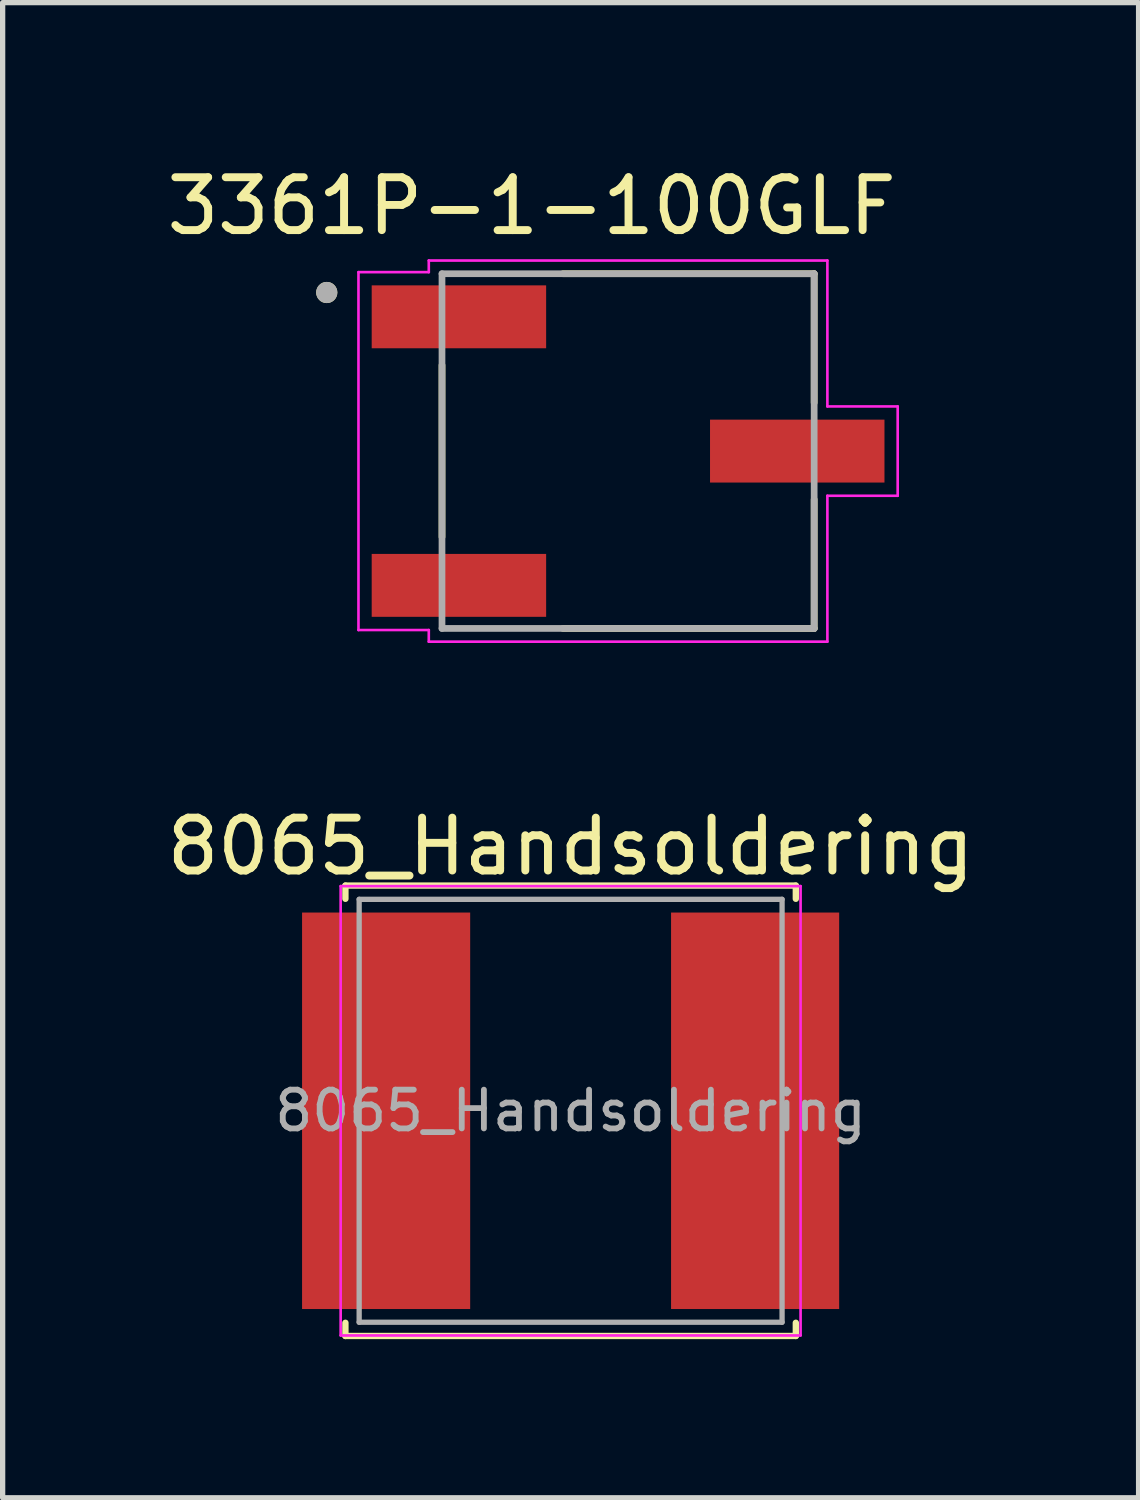
<source format=kicad_pcb>
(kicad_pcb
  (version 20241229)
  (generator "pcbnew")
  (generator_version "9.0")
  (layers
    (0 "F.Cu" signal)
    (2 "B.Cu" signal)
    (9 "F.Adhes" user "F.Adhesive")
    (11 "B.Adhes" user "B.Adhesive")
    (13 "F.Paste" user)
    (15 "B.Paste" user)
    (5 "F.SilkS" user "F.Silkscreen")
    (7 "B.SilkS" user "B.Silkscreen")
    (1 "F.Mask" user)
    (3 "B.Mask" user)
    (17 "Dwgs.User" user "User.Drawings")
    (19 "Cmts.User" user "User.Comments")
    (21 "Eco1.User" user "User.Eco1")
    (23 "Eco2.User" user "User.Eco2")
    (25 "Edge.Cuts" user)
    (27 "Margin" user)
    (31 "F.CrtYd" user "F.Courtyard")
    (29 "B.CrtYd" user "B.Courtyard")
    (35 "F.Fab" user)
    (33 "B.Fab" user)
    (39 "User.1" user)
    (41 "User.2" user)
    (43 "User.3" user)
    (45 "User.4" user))
  (footprint "3361P-1-100GLF"
    (layer "F.Cu")
    (at 8.831 5.483)
    (property "Reference" "3361P-1-100GLF" (at -1.825 -4.635 0) (layer "F.SilkS") (effects (font (size 1 1) (thickness 0.15))))
    (attr smd)
    (fp_line (start -3.52 -1.625) (end -3.52 1.625) (stroke (width 0.127) (type solid)) (layer "F.SilkS"))
    (fp_line (start 3.52 -3.355) (end -1.23 -3.355) (stroke (width 0.127) (type solid)) (layer "F.SilkS"))
    (fp_line (start 3.52 -0.915) (end 3.52 -3.355) (stroke (width 0.127) (type solid)) (layer "F.SilkS"))
    (fp_line (start 3.52 0.915) (end 3.52 3.355) (stroke (width 0.127) (type solid)) (layer "F.SilkS"))
    (fp_line (start 3.52 3.355) (end -1.23 3.355) (stroke (width 0.127) (type solid)) (layer "F.SilkS"))
    (fp_circle (center -5.7 -3) (end -5.6 -3) (stroke (width 0.2) (type solid)) (fill no) (layer "F.SilkS"))
    (fp_line (start -5.1 -3.385) (end -3.77 -3.385) (stroke (width 0.05) (type solid)) (layer "F.CrtYd"))
    (fp_line (start -5.1 3.385) (end -5.1 -3.385) (stroke (width 0.05) (type solid)) (layer "F.CrtYd"))
    (fp_line (start -3.77 -3.605) (end 3.77 -3.605) (stroke (width 0.05) (type solid)) (layer "F.CrtYd"))
    (fp_line (start -3.77 -3.385) (end -3.77 -3.605) (stroke (width 0.05) (type solid)) (layer "F.CrtYd"))
    (fp_line (start -3.77 3.385) (end -5.1 3.385) (stroke (width 0.05) (type solid)) (layer "F.CrtYd"))
    (fp_line (start -3.77 3.605) (end -3.77 3.385) (stroke (width 0.05) (type solid)) (layer "F.CrtYd"))
    (fp_line (start 3.77 -3.605) (end 3.77 -0.845) (stroke (width 0.05) (type solid)) (layer "F.CrtYd"))
    (fp_line (start 3.77 -0.845) (end 5.1 -0.845) (stroke (width 0.05) (type solid)) (layer "F.CrtYd"))
    (fp_line (start 3.77 0.845) (end 3.77 3.605) (stroke (width 0.05) (type solid)) (layer "F.CrtYd"))
    (fp_line (start 3.77 3.605) (end -3.77 3.605) (stroke (width 0.05) (type solid)) (layer "F.CrtYd"))
    (fp_line (start 5.1 -0.845) (end 5.1 0.845) (stroke (width 0.05) (type solid)) (layer "F.CrtYd"))
    (fp_line (start 5.1 0.845) (end 3.77 0.845) (stroke (width 0.05) (type solid)) (layer "F.CrtYd"))
    (fp_line (start -3.52 -3.355) (end -3.52 3.355) (stroke (width 0.127) (type solid)) (layer "F.Fab"))
    (fp_line (start -3.52 3.355) (end 3.52 3.355) (stroke (width 0.127) (type solid)) (layer "F.Fab"))
    (fp_line (start 3.52 -3.355) (end -3.52 -3.355) (stroke (width 0.127) (type solid)) (layer "F.Fab"))
    (fp_line (start 3.52 3.355) (end 3.52 -3.355) (stroke (width 0.127) (type solid)) (layer "F.Fab"))
    (fp_circle (center -5.7 -3) (end -5.6 -3) (stroke (width 0.2) (type solid)) (fill no) (layer "F.Fab"))
    (pad "1" smd rect (at -3.2 -2.54) (size 3.3 1.19) (layers "F.Cu" "F.Mask" "F.Paste"))
    (pad "2" smd rect (at 3.2 0) (size 3.3 1.19) (layers "F.Cu" "F.Mask" "F.Paste"))
    (pad "3" smd rect (at -3.2 2.54) (size 3.3 1.19) (layers "F.Cu" "F.Mask" "F.Paste")))
  (footprint "8065_Handsoldering"
    (layer "F.Cu")
    (at 7.744 17.962)
    (property "Reference" "8065_Handsoldering" (at 0 -5 0) (layer "F.SilkS") (effects (font (size 1 1) (thickness 0.15))))
    (attr smd)
    (fp_line (start -4.26 -4.26) (end -4.26 -4.01) (stroke (width 0.12) (type solid)) (layer "F.SilkS"))
    (fp_line (start -4.26 -4.26) (end 4.26 -4.26) (stroke (width 0.12) (type solid)) (layer "F.SilkS"))
    (fp_line (start -4.26 4.26) (end -4.26 4.01) (stroke (width 0.12) (type solid)) (layer "F.SilkS"))
    (fp_line (start -4.26 4.26) (end 4.26 4.26) (stroke (width 0.12) (type solid)) (layer "F.SilkS"))
    (fp_line (start 4.26 -4.26) (end 4.26 -4.01) (stroke (width 0.12) (type solid)) (layer "F.SilkS"))
    (fp_line (start 4.26 4.26) (end 4.26 4.01) (stroke (width 0.12) (type solid)) (layer "F.SilkS"))
    (fp_line (start -4.35 -4.25) (end -4.35 4.25) (stroke (width 0.05) (type solid)) (layer "F.CrtYd"))
    (fp_line (start -4.35 4.25) (end 4.35 4.25) (stroke (width 0.05) (type solid)) (layer "F.CrtYd"))
    (fp_line (start 4.35 -4.25) (end -4.35 -4.25) (stroke (width 0.05) (type solid)) (layer "F.CrtYd"))
    (fp_line (start 4.35 4.25) (end 4.35 -4.25) (stroke (width 0.05) (type solid)) (layer "F.CrtYd"))
    (fp_line (start -4 -4) (end -4 4) (stroke (width 0.1) (type solid)) (layer "F.Fab"))
    (fp_line (start -4 4) (end 4 4) (stroke (width 0.1) (type solid)) (layer "F.Fab"))
    (fp_line (start 4 -4) (end -4 -4) (stroke (width 0.1) (type solid)) (layer "F.Fab"))
    (fp_line (start 4 4) (end 4 -4) (stroke (width 0.1) (type solid)) (layer "F.Fab"))
    (fp_text user "${REFERENCE}" (at 0 0 0) (layer "F.Fab") (effects (font (size 0.733 0.733) (thickness 0.11))))
    (pad "1" smd rect (at -3.49 0) (size 3.18 7.5) (layers "F.Cu" "F.Mask" "F.Paste"))
    (pad "2" smd rect (at 3.49 0) (size 3.18 7.5) (layers "F.Cu" "F.Mask" "F.Paste")))
  (gr_rect
    (start -3 -3)
    (end 18.488 25.282)
    (stroke (width 0.1) (type default))
    (fill no)
    (layer "Edge.Cuts")))
</source>
